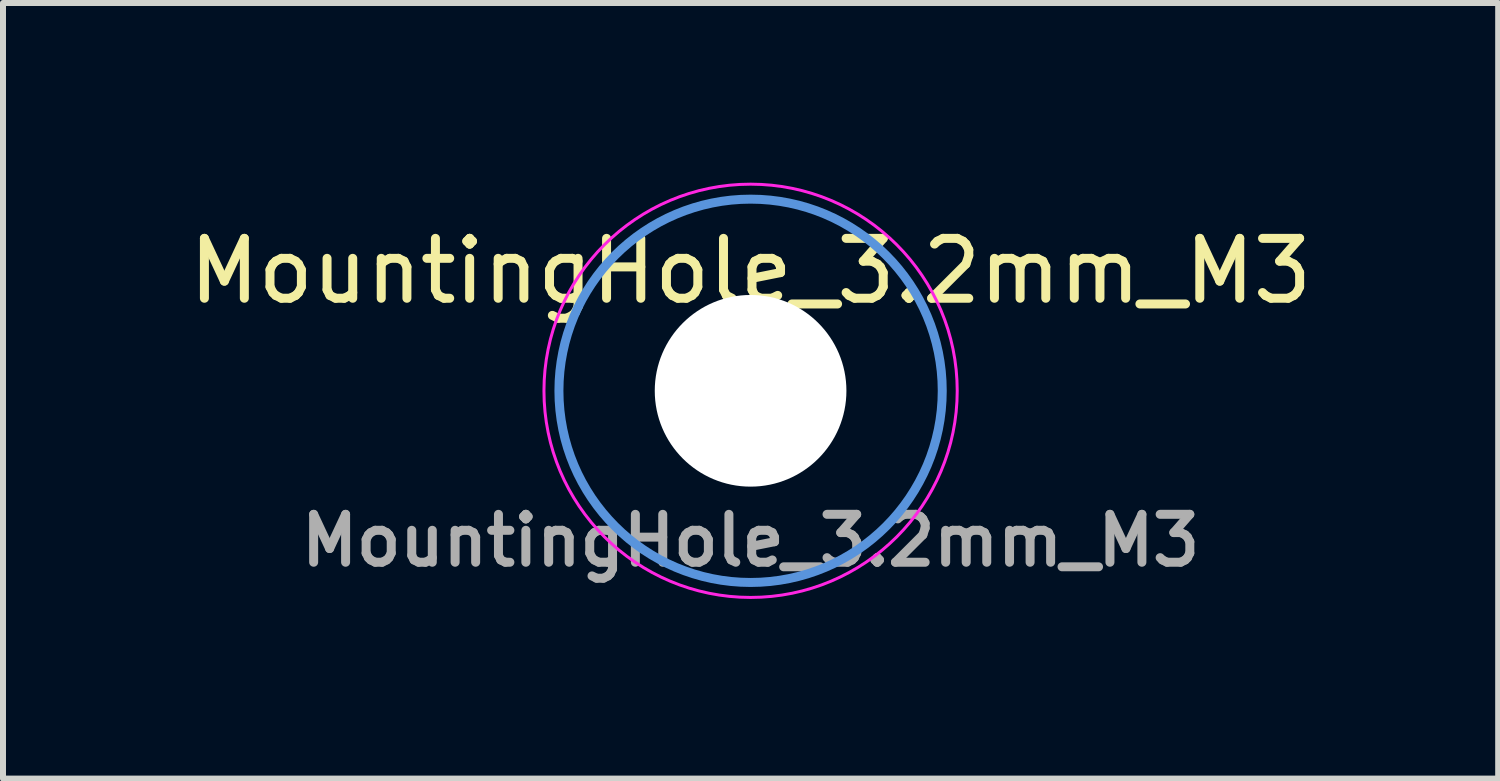
<source format=kicad_pcb>
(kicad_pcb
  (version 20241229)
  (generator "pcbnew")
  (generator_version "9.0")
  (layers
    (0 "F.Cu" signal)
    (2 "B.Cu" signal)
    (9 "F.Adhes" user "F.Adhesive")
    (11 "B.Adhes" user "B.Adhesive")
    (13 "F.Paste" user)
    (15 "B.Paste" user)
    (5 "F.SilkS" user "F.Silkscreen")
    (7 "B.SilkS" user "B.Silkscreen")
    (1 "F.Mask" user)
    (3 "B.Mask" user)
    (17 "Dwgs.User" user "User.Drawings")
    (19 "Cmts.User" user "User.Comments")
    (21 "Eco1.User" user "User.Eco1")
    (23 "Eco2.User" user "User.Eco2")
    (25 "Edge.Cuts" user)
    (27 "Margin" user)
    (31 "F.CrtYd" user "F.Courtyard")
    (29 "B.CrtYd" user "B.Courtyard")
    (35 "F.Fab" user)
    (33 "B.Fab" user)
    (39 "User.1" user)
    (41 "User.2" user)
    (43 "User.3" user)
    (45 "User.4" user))
  (footprint "MountingHole_3.2mm_M3"
    (layer "F.Cu")
    (at 9.482 3.475)
    (property "Reference" "MountingHole_3.2mm_M3" (at 0 -2 0) (layer "F.SilkS") (effects (font (size 1 1) (thickness 0.15))))
    (attr exclude_from_pos_files exclude_from_bom)
    (fp_circle (center 0 0) (end 3.2 0) (stroke (width 0.15) (type solid)) (fill no) (layer "Cmts.User"))
    (fp_circle (center 0 0) (end 3.45 0) (stroke (width 0.05) (type solid)) (fill no) (layer "F.CrtYd"))
    (fp_text user "${REFERENCE}" (at 0 2.5 0) (layer "F.Fab") (effects (font (size 0.8 0.8) (thickness 0.15))))
    (pad "" np_thru_hole circle (at 0 0) (size 3.2 3.2) (drill 3.2) (layers "*.Cu" "*.Mask")))
  (gr_rect
    (start -3 -3)
    (end 21.964 9.95)
    (stroke (width 0.1) (type default))
    (fill no)
    (layer "Edge.Cuts")))
</source>
